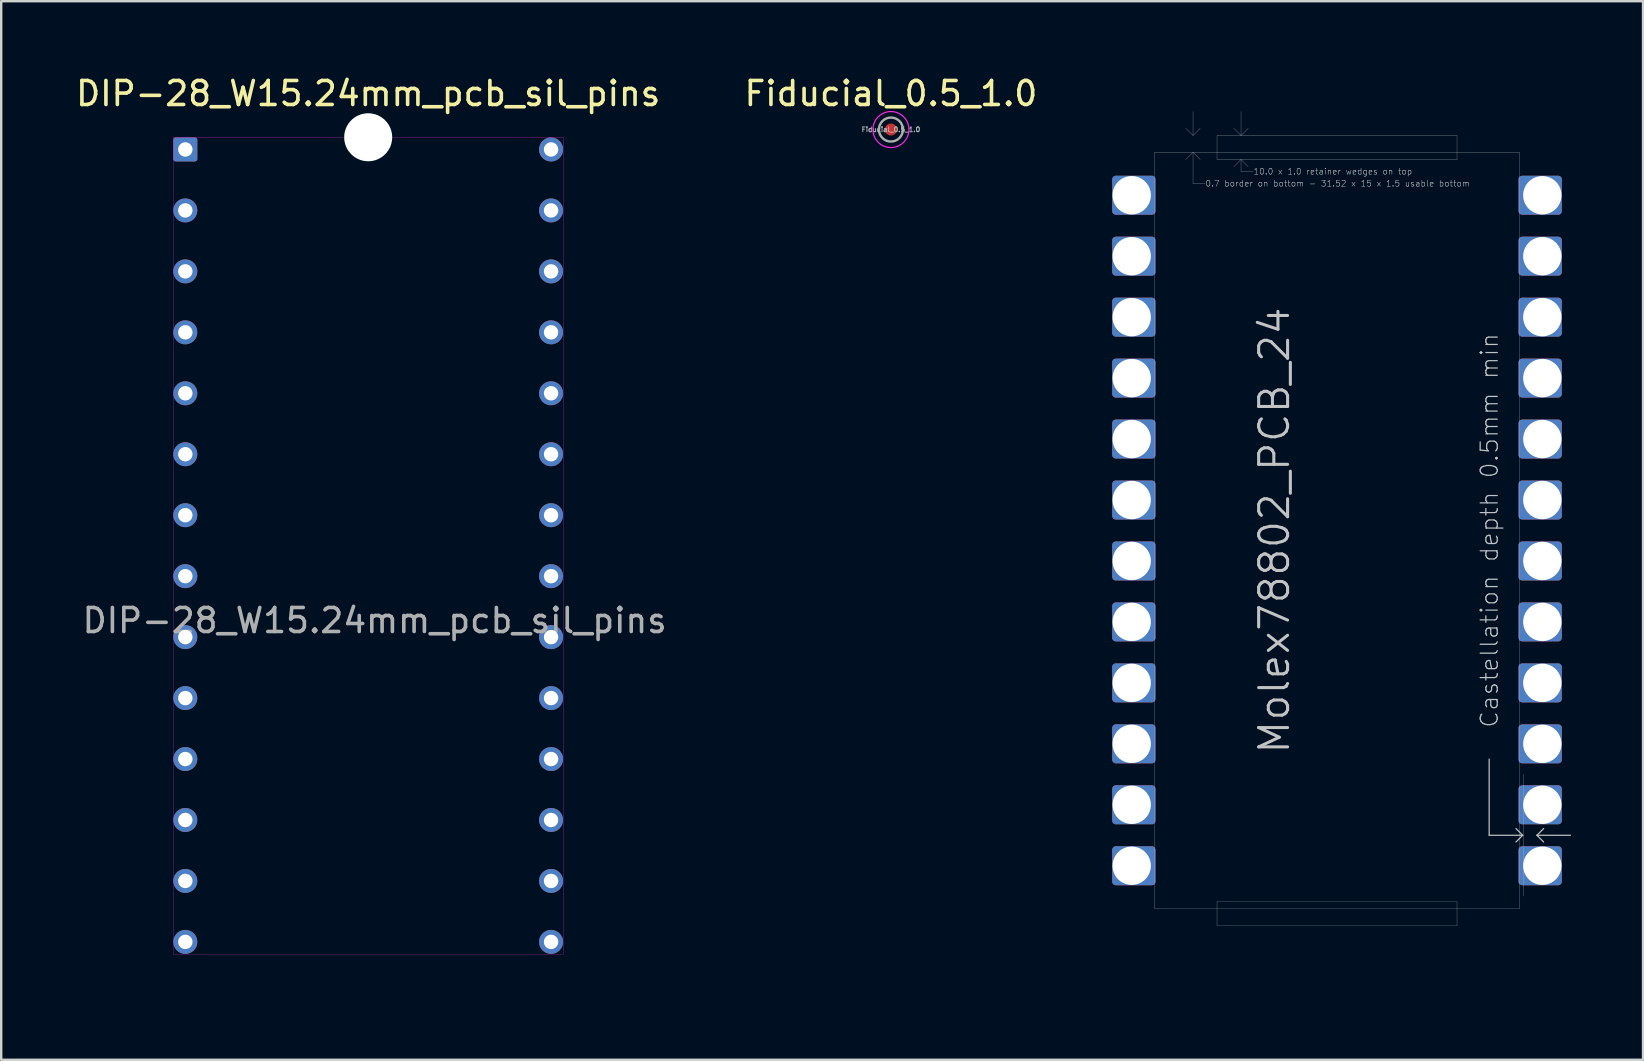
<source format=kicad_pcb>
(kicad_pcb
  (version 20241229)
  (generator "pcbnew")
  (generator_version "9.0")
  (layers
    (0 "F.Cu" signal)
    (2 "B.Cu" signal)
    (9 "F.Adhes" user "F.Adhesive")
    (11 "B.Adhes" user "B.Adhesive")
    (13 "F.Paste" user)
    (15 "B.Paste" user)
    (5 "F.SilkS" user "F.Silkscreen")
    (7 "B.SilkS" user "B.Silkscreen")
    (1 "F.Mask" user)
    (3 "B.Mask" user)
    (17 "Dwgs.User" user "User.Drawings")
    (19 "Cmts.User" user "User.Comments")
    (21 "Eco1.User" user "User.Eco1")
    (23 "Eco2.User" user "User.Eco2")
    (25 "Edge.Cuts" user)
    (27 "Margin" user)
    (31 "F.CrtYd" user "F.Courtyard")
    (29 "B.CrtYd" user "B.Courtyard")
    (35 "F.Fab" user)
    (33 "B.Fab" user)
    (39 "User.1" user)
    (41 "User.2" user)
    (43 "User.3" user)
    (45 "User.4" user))
  (footprint "Molex78802_PCB_24"
    (layer "F.Cu")
    (at 52.662 19.055)
    (property "Reference" "Molex78802_PCB_24" (at -1.905 0 270) (layer "Dwgs.User") (effects (font (size 1.206 1.206) (thickness 0.127)) (justify bottom)))
    (attr exclude_from_pos_files exclude_from_bom)
    (fp_poly (pts (xy -7.717 -13.31) (xy -9.216 -13.31) (xy -9.216 -14.63) (xy -7.717 -14.63)) (stroke (width 0.305) (type solid)) (fill yes) (layer "F.Cu"))
    (fp_poly (pts (xy -7.717 -10.77) (xy -9.216 -10.77) (xy -9.216 -12.09) (xy -7.717 -12.09)) (stroke (width 0.305) (type solid)) (fill yes) (layer "F.Cu"))
    (fp_poly (pts (xy -7.717 -8.23) (xy -9.216 -8.23) (xy -9.216 -9.55) (xy -7.717 -9.55)) (stroke (width 0.305) (type solid)) (fill yes) (layer "F.Cu"))
    (fp_poly (pts (xy -7.717 -5.69) (xy -9.216 -5.69) (xy -9.216 -7.01) (xy -7.717 -7.01)) (stroke (width 0.305) (type solid)) (fill yes) (layer "F.Cu"))
    (fp_poly (pts (xy -7.717 -3.15) (xy -9.216 -3.15) (xy -9.216 -4.47) (xy -7.717 -4.47)) (stroke (width 0.305) (type solid)) (fill yes) (layer "F.Cu"))
    (fp_poly (pts (xy -7.717 -0.61) (xy -9.216 -0.61) (xy -9.216 -1.93) (xy -7.717 -1.93)) (stroke (width 0.305) (type solid)) (fill yes) (layer "F.Cu"))
    (fp_poly (pts (xy -7.717 1.93) (xy -9.216 1.93) (xy -9.216 0.61) (xy -7.717 0.61)) (stroke (width 0.305) (type solid)) (fill yes) (layer "F.Cu"))
    (fp_poly (pts (xy -7.717 4.47) (xy -9.216 4.47) (xy -9.216 3.15) (xy -7.717 3.15)) (stroke (width 0.305) (type solid)) (fill yes) (layer "F.Cu"))
    (fp_poly (pts (xy -7.717 7.01) (xy -9.216 7.01) (xy -9.216 5.69) (xy -7.717 5.69)) (stroke (width 0.305) (type solid)) (fill yes) (layer "F.Cu"))
    (fp_poly (pts (xy -7.717 9.55) (xy -9.216 9.55) (xy -9.216 8.23) (xy -7.717 8.23)) (stroke (width 0.305) (type solid)) (fill yes) (layer "F.Cu"))
    (fp_poly (pts (xy -7.717 12.09) (xy -9.216 12.09) (xy -9.216 10.77) (xy -7.717 10.77)) (stroke (width 0.305) (type solid)) (fill yes) (layer "F.Cu"))
    (fp_poly (pts (xy -7.717 14.63) (xy -9.216 14.63) (xy -9.216 13.31) (xy -7.717 13.31)) (stroke (width 0.305) (type solid)) (fill yes) (layer "F.Cu"))
    (fp_poly (pts (xy 9.216 -13.31) (xy 7.717 -13.31) (xy 7.717 -14.63) (xy 9.216 -14.63)) (stroke (width 0.305) (type solid)) (fill yes) (layer "F.Cu"))
    (fp_poly (pts (xy 9.216 -10.77) (xy 7.717 -10.77) (xy 7.717 -12.09) (xy 9.216 -12.09)) (stroke (width 0.305) (type solid)) (fill yes) (layer "F.Cu"))
    (fp_poly (pts (xy 9.216 -8.23) (xy 7.717 -8.23) (xy 7.717 -9.55) (xy 9.216 -9.55)) (stroke (width 0.305) (type solid)) (fill yes) (layer "F.Cu"))
    (fp_poly (pts (xy 9.216 -5.69) (xy 7.717 -5.69) (xy 7.717 -7.01) (xy 9.216 -7.01)) (stroke (width 0.305) (type solid)) (fill yes) (layer "F.Cu"))
    (fp_poly (pts (xy 9.216 -3.15) (xy 7.717 -3.15) (xy 7.717 -4.47) (xy 9.216 -4.47)) (stroke (width 0.305) (type solid)) (fill yes) (layer "F.Cu"))
    (fp_poly (pts (xy 9.216 -0.61) (xy 7.717 -0.61) (xy 7.717 -1.93) (xy 9.216 -1.93)) (stroke (width 0.305) (type solid)) (fill yes) (layer "F.Cu"))
    (fp_poly (pts (xy 9.216 1.93) (xy 7.717 1.93) (xy 7.717 0.61) (xy 9.216 0.61)) (stroke (width 0.305) (type solid)) (fill yes) (layer "F.Cu"))
    (fp_poly (pts (xy 9.216 4.47) (xy 7.717 4.47) (xy 7.717 3.15) (xy 9.216 3.15)) (stroke (width 0.305) (type solid)) (fill yes) (layer "F.Cu"))
    (fp_poly (pts (xy 9.216 7.01) (xy 7.717 7.01) (xy 7.717 5.69) (xy 9.216 5.69)) (stroke (width 0.305) (type solid)) (fill yes) (layer "F.Cu"))
    (fp_poly (pts (xy 9.216 9.55) (xy 7.717 9.55) (xy 7.717 8.23) (xy 9.216 8.23)) (stroke (width 0.305) (type solid)) (fill yes) (layer "F.Cu"))
    (fp_poly (pts (xy 9.216 12.09) (xy 7.717 12.09) (xy 7.717 10.77) (xy 9.216 10.77)) (stroke (width 0.305) (type solid)) (fill yes) (layer "F.Cu"))
    (fp_poly (pts (xy 9.216 14.63) (xy 7.717 14.63) (xy 7.717 13.31) (xy 9.216 13.31)) (stroke (width 0.305) (type solid)) (fill yes) (layer "F.Cu"))
    (fp_poly (pts (xy -7.717 -14.63) (xy -9.216 -14.63) (xy -9.216 -13.31) (xy -7.717 -13.31)) (stroke (width 0.305) (type solid)) (fill yes) (layer "B.Cu"))
    (fp_poly (pts (xy -7.717 -12.09) (xy -9.216 -12.09) (xy -9.216 -10.77) (xy -7.717 -10.77)) (stroke (width 0.305) (type solid)) (fill yes) (layer "B.Cu"))
    (fp_poly (pts (xy -7.717 -9.55) (xy -9.216 -9.55) (xy -9.216 -8.23) (xy -7.717 -8.23)) (stroke (width 0.305) (type solid)) (fill yes) (layer "B.Cu"))
    (fp_poly (pts (xy -7.717 -7.01) (xy -9.216 -7.01) (xy -9.216 -5.69) (xy -7.717 -5.69)) (stroke (width 0.305) (type solid)) (fill yes) (layer "B.Cu"))
    (fp_poly (pts (xy -7.717 -4.47) (xy -9.216 -4.47) (xy -9.216 -3.15) (xy -7.717 -3.15)) (stroke (width 0.305) (type solid)) (fill yes) (layer "B.Cu"))
    (fp_poly (pts (xy -7.717 -1.93) (xy -9.216 -1.93) (xy -9.216 -0.61) (xy -7.717 -0.61)) (stroke (width 0.305) (type solid)) (fill yes) (layer "B.Cu"))
    (fp_poly (pts (xy -7.717 0.61) (xy -9.216 0.61) (xy -9.216 1.93) (xy -7.717 1.93)) (stroke (width 0.305) (type solid)) (fill yes) (layer "B.Cu"))
    (fp_poly (pts (xy -7.717 3.15) (xy -9.216 3.15) (xy -9.216 4.47) (xy -7.717 4.47)) (stroke (width 0.305) (type solid)) (fill yes) (layer "B.Cu"))
    (fp_poly (pts (xy -7.717 5.69) (xy -9.216 5.69) (xy -9.216 7.01) (xy -7.717 7.01)) (stroke (width 0.305) (type solid)) (fill yes) (layer "B.Cu"))
    (fp_poly (pts (xy -7.717 8.23) (xy -9.216 8.23) (xy -9.216 9.55) (xy -7.717 9.55)) (stroke (width 0.305) (type solid)) (fill yes) (layer "B.Cu"))
    (fp_poly (pts (xy -7.717 10.77) (xy -9.216 10.77) (xy -9.216 12.09) (xy -7.717 12.09)) (stroke (width 0.305) (type solid)) (fill yes) (layer "B.Cu"))
    (fp_poly (pts (xy -7.717 13.31) (xy -9.216 13.31) (xy -9.216 14.63) (xy -7.717 14.63)) (stroke (width 0.305) (type solid)) (fill yes) (layer "B.Cu"))
    (fp_poly (pts (xy 9.216 -14.63) (xy 7.717 -14.63) (xy 7.717 -13.31) (xy 9.216 -13.31)) (stroke (width 0.305) (type solid)) (fill yes) (layer "B.Cu"))
    (fp_poly (pts (xy 9.216 -12.09) (xy 7.717 -12.09) (xy 7.717 -10.77) (xy 9.216 -10.77)) (stroke (width 0.305) (type solid)) (fill yes) (layer "B.Cu"))
    (fp_poly (pts (xy 9.216 -9.55) (xy 7.717 -9.55) (xy 7.717 -8.23) (xy 9.216 -8.23)) (stroke (width 0.305) (type solid)) (fill yes) (layer "B.Cu"))
    (fp_poly (pts (xy 9.216 -7.01) (xy 7.717 -7.01) (xy 7.717 -5.69) (xy 9.216 -5.69)) (stroke (width 0.305) (type solid)) (fill yes) (layer "B.Cu"))
    (fp_poly (pts (xy 9.216 -4.47) (xy 7.717 -4.47) (xy 7.717 -3.15) (xy 9.216 -3.15)) (stroke (width 0.305) (type solid)) (fill yes) (layer "B.Cu"))
    (fp_poly (pts (xy 9.216 -1.93) (xy 7.717 -1.93) (xy 7.717 -0.61) (xy 9.216 -0.61)) (stroke (width 0.305) (type solid)) (fill yes) (layer "B.Cu"))
    (fp_poly (pts (xy 9.216 0.61) (xy 7.717 0.61) (xy 7.717 1.93) (xy 9.216 1.93)) (stroke (width 0.305) (type solid)) (fill yes) (layer "B.Cu"))
    (fp_poly (pts (xy 9.216 3.15) (xy 7.717 3.15) (xy 7.717 4.47) (xy 9.216 4.47)) (stroke (width 0.305) (type solid)) (fill yes) (layer "B.Cu"))
    (fp_poly (pts (xy 9.216 5.69) (xy 7.717 5.69) (xy 7.717 7.01) (xy 9.216 7.01)) (stroke (width 0.305) (type solid)) (fill yes) (layer "B.Cu"))
    (fp_poly (pts (xy 9.216 8.23) (xy 7.717 8.23) (xy 7.717 9.55) (xy 9.216 9.55)) (stroke (width 0.305) (type solid)) (fill yes) (layer "B.Cu"))
    (fp_poly (pts (xy 9.216 10.77) (xy 7.717 10.77) (xy 7.717 12.09) (xy 9.216 12.09)) (stroke (width 0.305) (type solid)) (fill yes) (layer "B.Cu"))
    (fp_poly (pts (xy 9.216 13.31) (xy 7.717 13.31) (xy 7.717 14.63) (xy 9.216 14.63)) (stroke (width 0.305) (type solid)) (fill yes) (layer "B.Cu"))
    (fp_line (start -7.6 -15.76) (end -7.6 15.76) (stroke (width 0.01) (type solid)) (layer "Dwgs.User"))
    (fp_line (start -7.6 -15.76) (end 7.6 -15.76) (stroke (width 0.01) (type solid)) (layer "Dwgs.User"))
    (fp_line (start -7.6 15.76) (end 7.6 15.76) (stroke (width 0.01) (type solid)) (layer "Dwgs.User"))
    (fp_line (start -6 -16.46) (end -6.3 -16.76) (stroke (width 0.01) (type solid)) (layer "Dwgs.User"))
    (fp_line (start -6 -16.46) (end -6 -17.46) (stroke (width 0.01) (type solid)) (layer "Dwgs.User"))
    (fp_line (start -6 -16.46) (end -5.7 -16.76) (stroke (width 0.01) (type solid)) (layer "Dwgs.User"))
    (fp_line (start -6 -15.76) (end -6.3 -15.46) (stroke (width 0.01) (type solid)) (layer "Dwgs.User"))
    (fp_line (start -6 -15.76) (end -6 -14.46) (stroke (width 0.01) (type solid)) (layer "Dwgs.User"))
    (fp_line (start -6 -15.76) (end -5.7 -15.46) (stroke (width 0.01) (type solid)) (layer "Dwgs.User"))
    (fp_line (start -6 -14.46) (end -5.5 -14.46) (stroke (width 0.01) (type solid)) (layer "Dwgs.User"))
    (fp_line (start -5 -16.46) (end -5 -15.46) (stroke (width 0.01) (type solid)) (layer "Dwgs.User"))
    (fp_line (start -5 -15.46) (end 5 -15.46) (stroke (width 0.01) (type solid)) (layer "Dwgs.User"))
    (fp_line (start -5 15.46) (end -5 16.46) (stroke (width 0.01) (type solid)) (layer "Dwgs.User"))
    (fp_line (start -5 15.46) (end 5 15.46) (stroke (width 0.01) (type solid)) (layer "Dwgs.User"))
    (fp_line (start -5 16.46) (end 5 16.46) (stroke (width 0.01) (type solid)) (layer "Dwgs.User"))
    (fp_line (start -4 -16.46) (end -4.3 -16.76) (stroke (width 0.01) (type solid)) (layer "Dwgs.User"))
    (fp_line (start -4 -16.46) (end -4 -17.46) (stroke (width 0.01) (type solid)) (layer "Dwgs.User"))
    (fp_line (start -4 -16.46) (end -3.7 -16.76) (stroke (width 0.01) (type solid)) (layer "Dwgs.User"))
    (fp_line (start -4 -15.46) (end -4.3 -15.16) (stroke (width 0.01) (type solid)) (layer "Dwgs.User"))
    (fp_line (start -4 -15.46) (end -4 -14.96) (stroke (width 0.01) (type solid)) (layer "Dwgs.User"))
    (fp_line (start -4 -15.46) (end -3.7 -15.16) (stroke (width 0.01) (type solid)) (layer "Dwgs.User"))
    (fp_line (start -4 -14.96) (end -3.5 -14.96) (stroke (width 0.01) (type solid)) (layer "Dwgs.User"))
    (fp_line (start 5 -16.46) (end -5 -16.46) (stroke (width 0.01) (type solid)) (layer "Dwgs.User"))
    (fp_line (start 5 -15.46) (end 5 -16.46) (stroke (width 0.01) (type solid)) (layer "Dwgs.User"))
    (fp_line (start 5 16.46) (end 5 15.46) (stroke (width 0.01) (type solid)) (layer "Dwgs.User"))
    (fp_line (start 6.34 9.525) (end 6.34 12.7) (stroke (width 0.05) (type solid)) (layer "Dwgs.User"))
    (fp_line (start 6.34 12.7) (end 7.737 12.7) (stroke (width 0.05) (type solid)) (layer "Dwgs.User"))
    (fp_line (start 7.457 12.42) (end 7.737 12.7) (stroke (width 0.05) (type solid)) (layer "Dwgs.User"))
    (fp_line (start 7.6 -15.76) (end 7.6 15.76) (stroke (width 0.01) (type solid)) (layer "Dwgs.User"))
    (fp_line (start 7.737 12.7) (end 7.457 12.98) (stroke (width 0.05) (type solid)) (layer "Dwgs.User"))
    (fp_line (start 7.757 15.24) (end 7.757 10.16) (stroke (width 0.01) (type solid)) (layer "Dwgs.User"))
    (fp_line (start 8.33 12.7) (end 8.61 12.98) (stroke (width 0.05) (type solid)) (layer "Dwgs.User"))
    (fp_line (start 8.33 12.7) (end 9.727 12.7) (stroke (width 0.05) (type solid)) (layer "Dwgs.User"))
    (fp_line (start 8.61 12.42) (end 8.33 12.7) (stroke (width 0.05) (type solid)) (layer "Dwgs.User"))
    (fp_line (start -8.26 -16.51) (end -0.762 -16.51) (stroke (width 0.01) (type solid)) (layer "Eco1.User"))
    (fp_line (start -8.26 16.51) (end -8.26 -16.51) (stroke (width 0.01) (type solid)) (layer "Eco1.User"))
    (fp_line (start -8.26 16.51) (end -4.559 16.51) (stroke (width 0.01) (type solid)) (layer "Eco1.User"))
    (fp_line (start -4.559 16.51) (end -4.559 19.05) (stroke (width 0.01) (type solid)) (layer "Eco1.User"))
    (fp_line (start -4.559 19.05) (end -3.035 19.05) (stroke (width 0.01) (type solid)) (layer "Eco1.User"))
    (fp_line (start -3.035 19.05) (end -3.035 16.51) (stroke (width 0.01) (type solid)) (layer "Eco1.User"))
    (fp_line (start -0.762 -19.05) (end 0.762 -19.05) (stroke (width 0.01) (type solid)) (layer "Eco1.User"))
    (fp_line (start -0.762 -16.51) (end -0.762 -19.05) (stroke (width 0.01) (type solid)) (layer "Eco1.User"))
    (fp_line (start 0.762 -19.05) (end 0.762 -16.51) (stroke (width 0.01) (type solid)) (layer "Eco1.User"))
    (fp_line (start 0.762 -16.51) (end 8.26 -16.51) (stroke (width 0.01) (type solid)) (layer "Eco1.User"))
    (fp_line (start 3.035 16.51) (end -3.035 16.51) (stroke (width 0.01) (type solid)) (layer "Eco1.User"))
    (fp_line (start 3.035 19.05) (end 3.035 16.51) (stroke (width 0.01) (type solid)) (layer "Eco1.User"))
    (fp_line (start 4.559 16.51) (end 4.559 19.05) (stroke (width 0.01) (type solid)) (layer "Eco1.User"))
    (fp_line (start 4.559 16.51) (end 8.26 16.51) (stroke (width 0.01) (type solid)) (layer "Eco1.User"))
    (fp_line (start 4.559 19.05) (end 3.035 19.05) (stroke (width 0.01) (type solid)) (layer "Eco1.User"))
    (fp_line (start 8.26 16.51) (end 8.26 -16.51) (stroke (width 0.01) (type solid)) (layer "Eco1.User"))
    (fp_line (start -8.3 16.46) (end -8.3 -14.66) (stroke (width 0.01) (type solid)) (layer "Eco2.User"))
    (fp_line (start -8.3 16.46) (end 8.3 16.46) (stroke (width 0.01) (type solid)) (layer "Eco2.User"))
    (fp_line (start -6.5 -16.46) (end -8.3 -14.66) (stroke (width 0.01) (type solid)) (layer "Eco2.User"))
    (fp_line (start 8.3 -16.46) (end -6.5 -16.46) (stroke (width 0.01) (type solid)) (layer "Eco2.User"))
    (fp_line (start 8.3 16.46) (end 8.3 -16.46) (stroke (width 0.01) (type solid)) (layer "Eco2.User"))
    (fp_text user "10.0 x 1.0 retainer wedges on top" (at -3.5 -14.96 0) (layer "Dwgs.User") (effects (font (size 0.25 0.25) (thickness 0.02)) (justify left)))
    (fp_text user "0.7 border on bottom - 31.52 x 15 x 1.5 usable bottom" (at -5.5 -14.46 0) (layer "Dwgs.User") (effects (font (size 0.25 0.25) (thickness 0.02)) (justify left)))
    (fp_text user "Castellation depth 0.5mm min" (at 6.35 0 270) (layer "Dwgs.User") (effects (font (size 0.711 0.711) (thickness 0.051))))
    (fp_text user "Eco1.User is Edge.Cuts for use without carrier." (at -4.445 0 270) (layer "Eco1.User") (effects (font (size 0.8 0.8) (thickness 0.05))))
    (fp_text user "Board outline: 0.01mm grid, copy Eco2.User" (at -6 0 270) (layer "Eco2.User") (effects (font (size 0.711 0.711) (thickness 0.051))))
    (pad "1" thru_hole circle (at -8.555 -13.97) (size 1.6 1.6) (drill 1.598) (layers "*.Cu" "*.Mask"))
    (pad "2" thru_hole circle (at -8.555 -11.43) (size 1.6 1.6) (drill 1.598) (layers "*.Cu" "*.Mask"))
    (pad "3" thru_hole circle (at -8.555 -8.89) (size 1.6 1.6) (drill 1.598) (layers "*.Cu" "*.Mask"))
    (pad "4" thru_hole circle (at -8.555 -6.35) (size 1.6 1.6) (drill 1.598) (layers "*.Cu" "*.Mask"))
    (pad "5" thru_hole circle (at -8.555 -3.81) (size 1.6 1.6) (drill 1.598) (layers "*.Cu" "*.Mask"))
    (pad "6" thru_hole circle (at -8.555 -1.27) (size 1.6 1.6) (drill 1.598) (layers "*.Cu" "*.Mask"))
    (pad "7" thru_hole circle (at -8.555 1.27) (size 1.6 1.6) (drill 1.598) (layers "*.Cu" "*.Mask"))
    (pad "8" thru_hole circle (at -8.555 3.81) (size 1.6 1.6) (drill 1.598) (layers "*.Cu" "*.Mask"))
    (pad "9" thru_hole circle (at -8.555 6.35) (size 1.6 1.6) (drill 1.598) (layers "*.Cu" "*.Mask"))
    (pad "10" thru_hole circle (at -8.555 8.89) (size 1.6 1.6) (drill 1.598) (layers "*.Cu" "*.Mask"))
    (pad "11" thru_hole circle (at -8.555 11.43) (size 1.6 1.6) (drill 1.598) (layers "*.Cu" "*.Mask"))
    (pad "12" thru_hole circle (at -8.555 13.97) (size 1.6 1.6) (drill 1.598) (layers "*.Cu" "*.Mask"))
    (pad "13" thru_hole circle (at 8.555 13.97 180) (size 1.6 1.6) (drill 1.598) (layers "*.Cu" "*.Mask"))
    (pad "14" thru_hole circle (at 8.555 11.43 180) (size 1.6 1.6) (drill 1.598) (layers "*.Cu" "*.Mask"))
    (pad "15" thru_hole circle (at 8.555 8.89 180) (size 1.6 1.6) (drill 1.598) (layers "*.Cu" "*.Mask"))
    (pad "16" thru_hole circle (at 8.555 6.35 180) (size 1.6 1.6) (drill 1.598) (layers "*.Cu" "*.Mask"))
    (pad "17" thru_hole circle (at 8.555 3.81 180) (size 1.6 1.6) (drill 1.598) (layers "*.Cu" "*.Mask"))
    (pad "18" thru_hole circle (at 8.555 1.27 180) (size 1.6 1.6) (drill 1.598) (layers "*.Cu" "*.Mask"))
    (pad "19" thru_hole circle (at 8.555 -1.27 180) (size 1.6 1.6) (drill 1.598) (layers "*.Cu" "*.Mask"))
    (pad "20" thru_hole circle (at 8.555 -3.81 180) (size 1.6 1.6) (drill 1.598) (layers "*.Cu" "*.Mask"))
    (pad "21" thru_hole circle (at 8.555 -6.35 180) (size 1.6 1.6) (drill 1.598) (layers "*.Cu" "*.Mask"))
    (pad "22" thru_hole circle (at 8.555 -8.89 180) (size 1.6 1.6) (drill 1.598) (layers "*.Cu" "*.Mask"))
    (pad "23" thru_hole circle (at 8.555 -11.43 180) (size 1.6 1.6) (drill 1.598) (layers "*.Cu" "*.Mask"))
    (pad "24" thru_hole circle (at 8.555 -13.97 180) (size 1.6 1.6) (drill 1.598) (layers "*.Cu" "*.Mask")))
  (footprint "DIP-28_W15.24mm_pcb_sil_pins"
    (layer "F.Cu")
    (at 12.292 19.688)
    (property "Reference" "DIP-28_W15.24mm_pcb_sil_pins" (at 0 -18.84 0) (layer "F.SilkS") (effects (font (size 1 1) (thickness 0.15))))
    (attr through_hole)
    (fp_line (start -8.128 -17.018) (end -8.128 17.018) (stroke (width 0.01) (type solid)) (layer "F.CrtYd"))
    (fp_line (start -8.128 17.018) (end 8.128 17.018) (stroke (width 0.01) (type solid)) (layer "F.CrtYd"))
    (fp_line (start 8.128 -17.018) (end -8.128 -17.018) (stroke (width 0.01) (type solid)) (layer "F.CrtYd"))
    (fp_line (start 8.128 17.018) (end 8.128 -17.018) (stroke (width 0.01) (type solid)) (layer "F.CrtYd"))
    (fp_text user "${REFERENCE}" (at 0.27 3.12 0) (layer "F.Fab") (effects (font (size 1 1) (thickness 0.15))))
    (pad "" np_thru_hole circle (at 0 -17.018) (size 2 2) (drill 2) (layers "*.Cu" "*.Mask"))
    (pad "1" thru_hole roundrect (at -7.62 -16.51) (size 1 1) (drill 0.6) (layers "*.Cu" "*.Mask") (roundrect_rratio 0.1))
    (pad "2" thru_hole circle (at -7.62 -13.97) (size 1 1) (drill 0.6) (layers "*.Cu" "*.Mask"))
    (pad "3" thru_hole circle (at -7.62 -11.43) (size 1 1) (drill 0.6) (layers "*.Cu" "*.Mask"))
    (pad "4" thru_hole circle (at -7.62 -8.89) (size 1 1) (drill 0.6) (layers "*.Cu" "*.Mask"))
    (pad "5" thru_hole circle (at -7.62 -6.35) (size 1 1) (drill 0.6) (layers "*.Cu" "*.Mask"))
    (pad "6" thru_hole circle (at -7.62 -3.81) (size 1 1) (drill 0.6) (layers "*.Cu" "*.Mask"))
    (pad "7" thru_hole circle (at -7.62 -1.27) (size 1 1) (drill 0.6) (layers "*.Cu" "*.Mask"))
    (pad "8" thru_hole circle (at -7.62 1.27) (size 1 1) (drill 0.6) (layers "*.Cu" "*.Mask"))
    (pad "9" thru_hole circle (at -7.62 3.81) (size 1 1) (drill 0.6) (layers "*.Cu" "*.Mask"))
    (pad "10" thru_hole circle (at -7.62 6.35) (size 1 1) (drill 0.6) (layers "*.Cu" "*.Mask"))
    (pad "11" thru_hole circle (at -7.62 8.89) (size 1 1) (drill 0.6) (layers "*.Cu" "*.Mask"))
    (pad "12" thru_hole circle (at -7.62 11.43) (size 1 1) (drill 0.6) (layers "*.Cu" "*.Mask"))
    (pad "13" thru_hole circle (at -7.62 13.97) (size 1 1) (drill 0.6) (layers "*.Cu" "*.Mask"))
    (pad "14" thru_hole circle (at -7.62 16.51) (size 1 1) (drill 0.6) (layers "*.Cu" "*.Mask"))
    (pad "15" thru_hole circle (at 7.62 16.51) (size 1 1) (drill 0.6) (layers "*.Cu" "*.Mask"))
    (pad "16" thru_hole circle (at 7.62 13.97) (size 1 1) (drill 0.6) (layers "*.Cu" "*.Mask"))
    (pad "17" thru_hole circle (at 7.62 11.43) (size 1 1) (drill 0.6) (layers "*.Cu" "*.Mask"))
    (pad "18" thru_hole circle (at 7.62 8.89) (size 1 1) (drill 0.6) (layers "*.Cu" "*.Mask"))
    (pad "19" thru_hole circle (at 7.62 6.35) (size 1 1) (drill 0.6) (layers "*.Cu" "*.Mask"))
    (pad "20" thru_hole circle (at 7.62 3.81) (size 1 1) (drill 0.6) (layers "*.Cu" "*.Mask"))
    (pad "21" thru_hole circle (at 7.62 1.27) (size 1 1) (drill 0.6) (layers "*.Cu" "*.Mask"))
    (pad "22" thru_hole circle (at 7.62 -1.27) (size 1 1) (drill 0.6) (layers "*.Cu" "*.Mask"))
    (pad "23" thru_hole circle (at 7.62 -3.81) (size 1 1) (drill 0.6) (layers "*.Cu" "*.Mask"))
    (pad "24" thru_hole circle (at 7.62 -6.35) (size 1 1) (drill 0.6) (layers "*.Cu" "*.Mask"))
    (pad "25" thru_hole circle (at 7.62 -8.89) (size 1 1) (drill 0.6) (layers "*.Cu" "*.Mask"))
    (pad "26" thru_hole circle (at 7.62 -11.43) (size 1 1) (drill 0.6) (layers "*.Cu" "*.Mask"))
    (pad "27" thru_hole circle (at 7.62 -13.97) (size 1 1) (drill 0.6) (layers "*.Cu" "*.Mask"))
    (pad "28" thru_hole circle (at 7.62 -16.51) (size 1 1) (drill 0.6) (layers "*.Cu" "*.Mask")))
  (footprint "Fiducial_0.5_1.0"
    (layer "F.Cu")
    (at 34.074 2.348)
    (property "Reference" "Fiducial_0.5_1.0" (at 0 -1.5 0) (layer "F.SilkS") (effects (font (size 1 1) (thickness 0.15))))
    (attr smd)
    (fp_circle (center 0 0) (end 0.75 0) (stroke (width 0.05) (type solid)) (fill no) (layer "F.CrtYd"))
    (fp_circle (center 0 0) (end 0.5 0) (stroke (width 0.1) (type solid)) (fill no) (layer "F.Fab"))
    (fp_text user "${REFERENCE}" (at 0 0 0) (layer "F.Fab") (effects (font (size 0.2 0.2) (thickness 0.04))))
    (pad "" smd circle (at 0 0) (size 0.5 0.5) (layers "F.Cu" "F.Mask")))
  (gr_rect
    (start -3 -3)
    (end 65.414 41.11)
    (stroke (width 0.1) (type default))
    (fill no)
    (layer "Edge.Cuts")))
</source>
